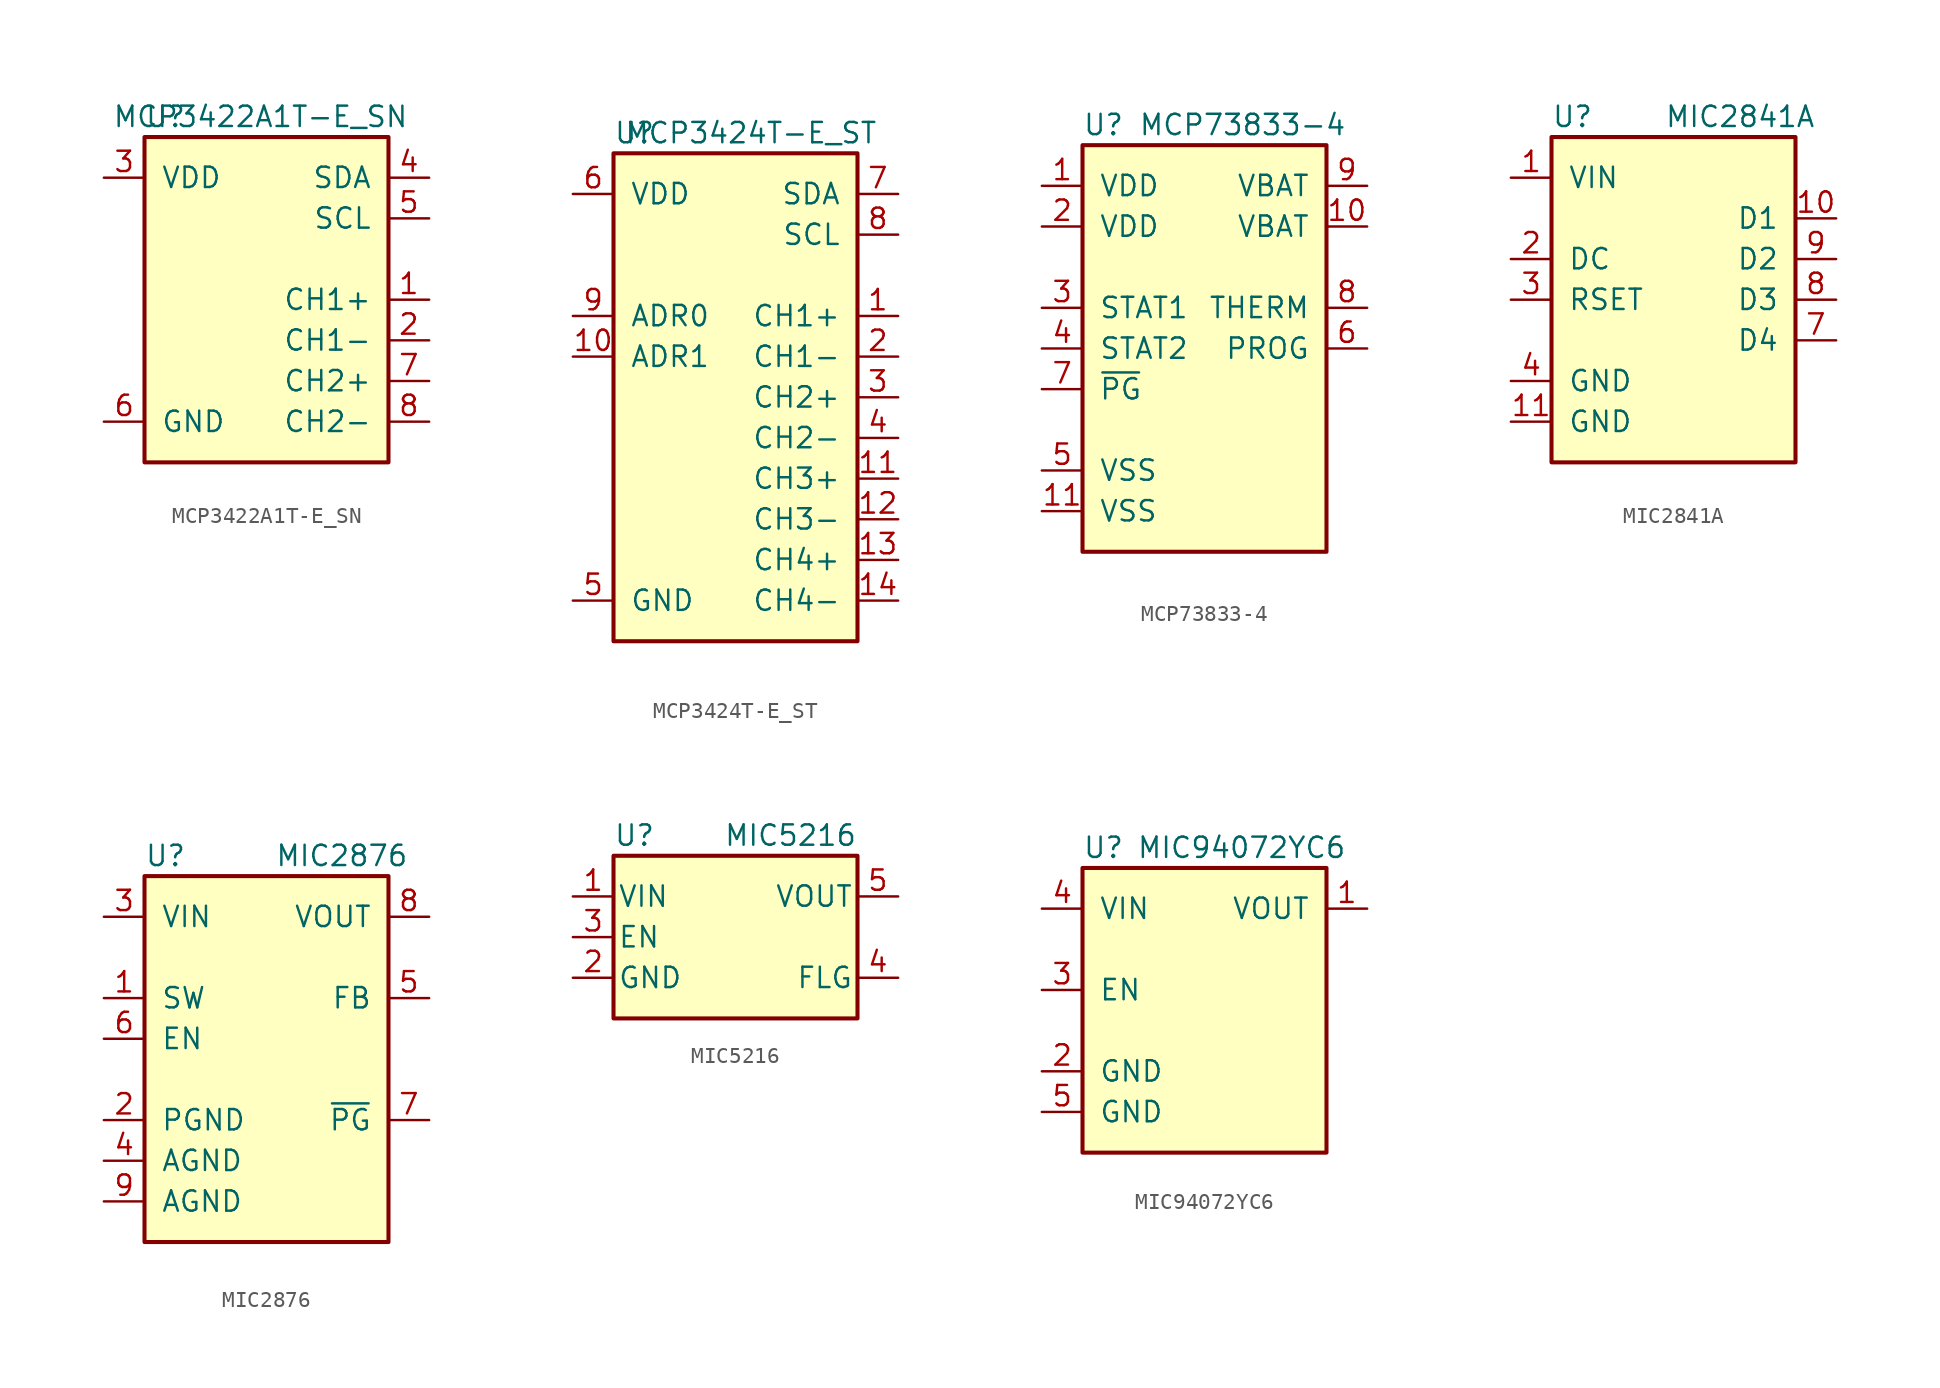
<source format=kicad_sym>
(kicad_symbol_lib
  (version 20211014)
  (generator kicad_symbol_editor)
  (symbol "MCP3422A1T-E_SN"
    (pin_names
      (offset 1.016))
    (property "Reference" "U"
      (at -7.62 11.43 0)
      (effects (font (size 1.27 1.27)) (justify left)))
    (property "Value" "MCP3422A1T-E_SN"
      (at 8.89 11.43 0)
      (effects (font (size 1.27 1.27)) (justify right)))
    (symbol "MCP3422A1T-E_SN_0_1"
      (rectangle (start -7.62 10.16) (end 7.62 -10.16) (stroke (width 0.254) (type default) (color 0 0 0 0)) (fill (type background))))
    (symbol "MCP3422A1T-E_SN_1_1"
      (pin input line (at 10.16 0 180) (length 2.54) (name "CH1+" (effects (font (size 1.27 1.27)))) (number "1" (effects (font (size 1.27 1.27)))))
      (pin input line (at 10.16 -2.54 180) (length 2.54) (name "CH1-" (effects (font (size 1.27 1.27)))) (number "2" (effects (font (size 1.27 1.27)))))
      (pin power_in line (at -10.16 7.62 0) (length 2.54) (name "VDD" (effects (font (size 1.27 1.27)))) (number "3" (effects (font (size 1.27 1.27)))))
      (pin bidirectional line (at 10.16 7.62 180) (length 2.54) (name "SDA" (effects (font (size 1.27 1.27)))) (number "4" (effects (font (size 1.27 1.27)))))
      (pin input line (at 10.16 5.08 180) (length 2.54) (name "SCL" (effects (font (size 1.27 1.27)))) (number "5" (effects (font (size 1.27 1.27)))))
      (pin power_in line (at -10.16 -7.62 0) (length 2.54) (name "GND" (effects (font (size 1.27 1.27)))) (number "6" (effects (font (size 1.27 1.27)))))
      (pin input line (at 10.16 -5.08 180) (length 2.54) (name "CH2+" (effects (font (size 1.27 1.27)))) (number "7" (effects (font (size 1.27 1.27)))))
      (pin input line (at 10.16 -7.62 180) (length 2.54) (name "CH2-" (effects (font (size 1.27 1.27)))) (number "8" (effects (font (size 1.27 1.27)))))))
  (symbol "MCP3424T-E_ST"
    (pin_names
      (offset 1.016))
    (property "Reference" "U"
      (at -7.62 16.51 0)
      (effects (font (size 1.27 1.27)) (justify left)))
    (property "Value" "MCP3424T-E_ST"
      (at 8.89 16.51 0)
      (effects (font (size 1.27 1.27)) (justify right)))
    (symbol "MCP3424T-E_ST_0_1"
      (rectangle (start -7.62 15.24) (end 7.62 -15.24) (stroke (width 0.254) (type default) (color 0 0 0 0)) (fill (type background))))
    (symbol "MCP3424T-E_ST_1_1"
      (pin input line (at 10.16 5.08 180) (length 2.54) (name "CH1+" (effects (font (size 1.27 1.27)))) (number "1" (effects (font (size 1.27 1.27)))))
      (pin input line (at -10.16 2.54 0) (length 2.54) (name "ADR1" (effects (font (size 1.27 1.27)))) (number "10" (effects (font (size 1.27 1.27)))))
      (pin input line (at 10.16 -5.08 180) (length 2.54) (name "CH3+" (effects (font (size 1.27 1.27)))) (number "11" (effects (font (size 1.27 1.27)))))
      (pin input line (at 10.16 -7.62 180) (length 2.54) (name "CH3-" (effects (font (size 1.27 1.27)))) (number "12" (effects (font (size 1.27 1.27)))))
      (pin input line (at 10.16 -10.16 180) (length 2.54) (name "CH4+" (effects (font (size 1.27 1.27)))) (number "13" (effects (font (size 1.27 1.27)))))
      (pin input line (at 10.16 -12.7 180) (length 2.54) (name "CH4-" (effects (font (size 1.27 1.27)))) (number "14" (effects (font (size 1.27 1.27)))))
      (pin input line (at 10.16 2.54 180) (length 2.54) (name "CH1-" (effects (font (size 1.27 1.27)))) (number "2" (effects (font (size 1.27 1.27)))))
      (pin input line (at 10.16 0 180) (length 2.54) (name "CH2+" (effects (font (size 1.27 1.27)))) (number "3" (effects (font (size 1.27 1.27)))))
      (pin input line (at 10.16 -2.54 180) (length 2.54) (name "CH2-" (effects (font (size 1.27 1.27)))) (number "4" (effects (font (size 1.27 1.27)))))
      (pin power_in line (at -10.16 -12.7 0) (length 2.54) (name "GND" (effects (font (size 1.27 1.27)))) (number "5" (effects (font (size 1.27 1.27)))))
      (pin power_in line (at -10.16 12.7 0) (length 2.54) (name "VDD" (effects (font (size 1.27 1.27)))) (number "6" (effects (font (size 1.27 1.27)))))
      (pin bidirectional line (at 10.16 12.7 180) (length 2.54) (name "SDA" (effects (font (size 1.27 1.27)))) (number "7" (effects (font (size 1.27 1.27)))))
      (pin input line (at 10.16 10.16 180) (length 2.54) (name "SCL" (effects (font (size 1.27 1.27)))) (number "8" (effects (font (size 1.27 1.27)))))
      (pin input line (at -10.16 5.08 0) (length 2.54) (name "ADR0" (effects (font (size 1.27 1.27)))) (number "9" (effects (font (size 1.27 1.27)))))))
  (symbol "MCP73833-4"
    (pin_names
      (offset 1.016))
    (property "Reference" "U"
      (at -7.62 13.97 0)
      (effects (font (size 1.27 1.27)) (justify left)))
    (property "Value" "MCP73833-4"
      (at 8.89 13.97 0)
      (effects (font (size 1.27 1.27)) (justify right)))
    (symbol "MCP73833-4_0_1"
      (rectangle (start -7.62 12.7) (end 7.62 -12.7) (stroke (width 0.254) (type default) (color 0 0 0 0)) (fill (type background))))
    (symbol "MCP73833-4_1_1"
      (pin power_in line (at -10.16 10.16 0) (length 2.54) (name "VDD" (effects (font (size 1.27 1.27)))) (number "1" (effects (font (size 1.27 1.27)))))
      (pin passive line (at 10.16 7.62 180) (length 2.54) (name "VBAT" (effects (font (size 1.27 1.27)))) (number "10" (effects (font (size 1.27 1.27)))))
      (pin power_in line (at -10.16 -10.16 0) (length 2.54) (name "VSS" (effects (font (size 1.27 1.27)))) (number "11" (effects (font (size 1.27 1.27)))))
      (pin power_in line (at -10.16 7.62 0) (length 2.54) (name "VDD" (effects (font (size 1.27 1.27)))) (number "2" (effects (font (size 1.27 1.27)))))
      (pin open_collector line (at -10.16 2.54 0) (length 2.54) (name "STAT1" (effects (font (size 1.27 1.27)))) (number "3" (effects (font (size 1.27 1.27)))))
      (pin open_collector line (at -10.16 0 0) (length 2.54) (name "STAT2" (effects (font (size 1.27 1.27)))) (number "4" (effects (font (size 1.27 1.27)))))
      (pin power_in line (at -10.16 -7.62 0) (length 2.54) (name "VSS" (effects (font (size 1.27 1.27)))) (number "5" (effects (font (size 1.27 1.27)))))
      (pin input line (at 10.16 0 180) (length 2.54) (name "PROG" (effects (font (size 1.27 1.27)))) (number "6" (effects (font (size 1.27 1.27)))))
      (pin open_collector line (at -10.16 -2.54 0) (length 2.54) (name "~{PG}" (effects (font (size 1.27 1.27)))) (number "7" (effects (font (size 1.27 1.27)))))
      (pin input line (at 10.16 2.54 180) (length 2.54) (name "THERM" (effects (font (size 1.27 1.27)))) (number "8" (effects (font (size 1.27 1.27)))))
      (pin passive line (at 10.16 10.16 180) (length 2.54) (name "VBAT" (effects (font (size 1.27 1.27)))) (number "9" (effects (font (size 1.27 1.27)))))))
  (symbol "MIC2841A"
    (pin_names
      (offset 1.016))
    (property "Reference" "U"
      (at -7.62 11.43 0)
      (effects (font (size 1.27 1.27)) (justify left)))
    (property "Value" "MIC2841A"
      (at 8.89 11.43 0)
      (effects (font (size 1.27 1.27)) (justify right)))
    (symbol "MIC2841A_0_1"
      (rectangle (start -7.62 10.16) (end 7.62 -10.16) (stroke (width 0.254) (type default) (color 0 0 0 0)) (fill (type background))))
    (symbol "MIC2841A_1_1"
      (pin power_in line (at -10.16 7.62 0) (length 2.54) (name "VIN" (effects (font (size 1.27 1.27)))) (number "1" (effects (font (size 1.27 1.27)))))
      (pin output line (at 10.16 5.08 180) (length 2.54) (name "D1" (effects (font (size 1.27 1.27)))) (number "10" (effects (font (size 1.27 1.27)))))
      (pin power_in line (at -10.16 -7.62 0) (length 2.54) (name "GND" (effects (font (size 1.27 1.27)))) (number "11" (effects (font (size 1.27 1.27)))))
      (pin input line (at -10.16 2.54 0) (length 2.54) (name "DC" (effects (font (size 1.27 1.27)))) (number "2" (effects (font (size 1.27 1.27)))))
      (pin passive line (at -10.16 0 0) (length 2.54) (name "RSET" (effects (font (size 1.27 1.27)))) (number "3" (effects (font (size 1.27 1.27)))))
      (pin power_in line (at -10.16 -5.08 0) (length 2.54) (name "GND" (effects (font (size 1.27 1.27)))) (number "4" (effects (font (size 1.27 1.27)))))
      (pin no_connect line (at 10.16 -5.08 180) (length 2.54) hide (name "NC" (effects (font (size 1.27 1.27)))) (number "5" (effects (font (size 1.27 1.27)))))
      (pin no_connect line (at 10.16 -7.62 180) (length 2.54) hide (name "NC" (effects (font (size 1.27 1.27)))) (number "6" (effects (font (size 1.27 1.27)))))
      (pin output line (at 10.16 -2.54 180) (length 2.54) (name "D4" (effects (font (size 1.27 1.27)))) (number "7" (effects (font (size 1.27 1.27)))))
      (pin output line (at 10.16 0 180) (length 2.54) (name "D3" (effects (font (size 1.27 1.27)))) (number "8" (effects (font (size 1.27 1.27)))))
      (pin output line (at 10.16 2.54 180) (length 2.54) (name "D2" (effects (font (size 1.27 1.27)))) (number "9" (effects (font (size 1.27 1.27)))))))
  (symbol "MIC2876"
    (pin_names
      (offset 1.016))
    (property "Reference" "U"
      (at -7.62 11.43 0)
      (effects (font (size 1.27 1.27)) (justify left)))
    (property "Value" "MIC2876"
      (at 8.89 11.43 0)
      (effects (font (size 1.27 1.27)) (justify right)))
    (symbol "MIC2876_0_1"
      (rectangle (start -7.62 10.16) (end 7.62 -12.7) (stroke (width 0.254) (type default) (color 0 0 0 0)) (fill (type background))))
    (symbol "MIC2876_1_1"
      (pin passive line (at -10.16 2.54 0) (length 2.54) (name "SW" (effects (font (size 1.27 1.27)))) (number "1" (effects (font (size 1.27 1.27)))))
      (pin power_in line (at -10.16 -5.08 0) (length 2.54) (name "PGND" (effects (font (size 1.27 1.27)))) (number "2" (effects (font (size 1.27 1.27)))))
      (pin power_in line (at -10.16 7.62 0) (length 2.54) (name "VIN" (effects (font (size 1.27 1.27)))) (number "3" (effects (font (size 1.27 1.27)))))
      (pin power_in line (at -10.16 -7.62 0) (length 2.54) (name "AGND" (effects (font (size 1.27 1.27)))) (number "4" (effects (font (size 1.27 1.27)))))
      (pin input line (at 10.16 2.54 180) (length 2.54) (name "FB" (effects (font (size 1.27 1.27)))) (number "5" (effects (font (size 1.27 1.27)))))
      (pin input line (at -10.16 0 0) (length 2.54) (name "EN" (effects (font (size 1.27 1.27)))) (number "6" (effects (font (size 1.27 1.27)))))
      (pin open_collector line (at 10.16 -5.08 180) (length 2.54) (name "~{PG}" (effects (font (size 1.27 1.27)))) (number "7" (effects (font (size 1.27 1.27)))))
      (pin power_out line (at 10.16 7.62 180) (length 2.54) (name "VOUT" (effects (font (size 1.27 1.27)))) (number "8" (effects (font (size 1.27 1.27)))))
      (pin power_in line (at -10.16 -10.16 0) (length 2.54) (name "AGND" (effects (font (size 1.27 1.27)))) (number "9" (effects (font (size 1.27 1.27)))))))
  (symbol "MIC5216"
    (pin_names
      (offset 0.254))
    (property "Reference" "U"
      (at -7.62 6.35 0)
      (effects (font (size 1.27 1.27)) (justify left)))
    (property "Value" "MIC5216"
      (at 7.62 6.35 0)
      (effects (font (size 1.27 1.27)) (justify right)))
    (symbol "MIC5216_0_1"
      (rectangle (start -7.62 5.08) (end 7.62 -5.08) (stroke (width 0.254) (type default) (color 0 0 0 0)) (fill (type background))))
    (symbol "MIC5216_1_1"
      (pin power_in line (at -10.16 2.54 0) (length 2.54) (name "VIN" (effects (font (size 1.27 1.27)))) (number "1" (effects (font (size 1.27 1.27)))))
      (pin power_in line (at -10.16 -2.54 0) (length 2.54) (name "GND" (effects (font (size 1.27 1.27)))) (number "2" (effects (font (size 1.27 1.27)))))
      (pin input line (at -10.16 0 0) (length 2.54) (name "EN" (effects (font (size 1.27 1.27)))) (number "3" (effects (font (size 1.27 1.27)))))
      (pin open_collector line (at 10.16 -2.54 180) (length 2.54) (name "FLG" (effects (font (size 1.27 1.27)))) (number "4" (effects (font (size 1.27 1.27)))))
      (pin power_out line (at 10.16 2.54 180) (length 2.54) (name "VOUT" (effects (font (size 1.27 1.27)))) (number "5" (effects (font (size 1.27 1.27)))))))
  (symbol "MIC94072YC6"
    (pin_names
      (offset 1.016))
    (property "Reference" "U"
      (at -7.62 11.43 0)
      (effects (font (size 1.27 1.27)) (justify left)))
    (property "Value" "MIC94072YC6"
      (at 8.89 11.43 0)
      (effects (font (size 1.27 1.27)) (justify right)))
    (symbol "MIC94072YC6_0_1"
      (rectangle (start -7.62 10.16) (end 7.62 -7.62) (stroke (width 0.254) (type default) (color 0 0 0 0)) (fill (type background))))
    (symbol "MIC94072YC6_1_1"
      (pin power_out line (at 10.16 7.62 180) (length 2.54) (name "VOUT" (effects (font (size 1.27 1.27)))) (number "1" (effects (font (size 1.27 1.27)))))
      (pin power_in line (at -10.16 -2.54 0) (length 2.54) (name "GND" (effects (font (size 1.27 1.27)))) (number "2" (effects (font (size 1.27 1.27)))))
      (pin input line (at -10.16 2.54 0) (length 2.54) (name "EN" (effects (font (size 1.27 1.27)))) (number "3" (effects (font (size 1.27 1.27)))))
      (pin power_in line (at -10.16 7.62 0) (length 2.54) (name "VIN" (effects (font (size 1.27 1.27)))) (number "4" (effects (font (size 1.27 1.27)))))
      (pin power_in line (at -10.16 -5.08 0) (length 2.54) (name "GND" (effects (font (size 1.27 1.27)))) (number "5" (effects (font (size 1.27 1.27)))))
      (pin no_connect line (at 10.16 -5.08 180) (length 2.54) hide (name "NC" (effects (font (size 1.27 1.27)))) (number "6" (effects (font (size 1.27 1.27))))))))
</source>
